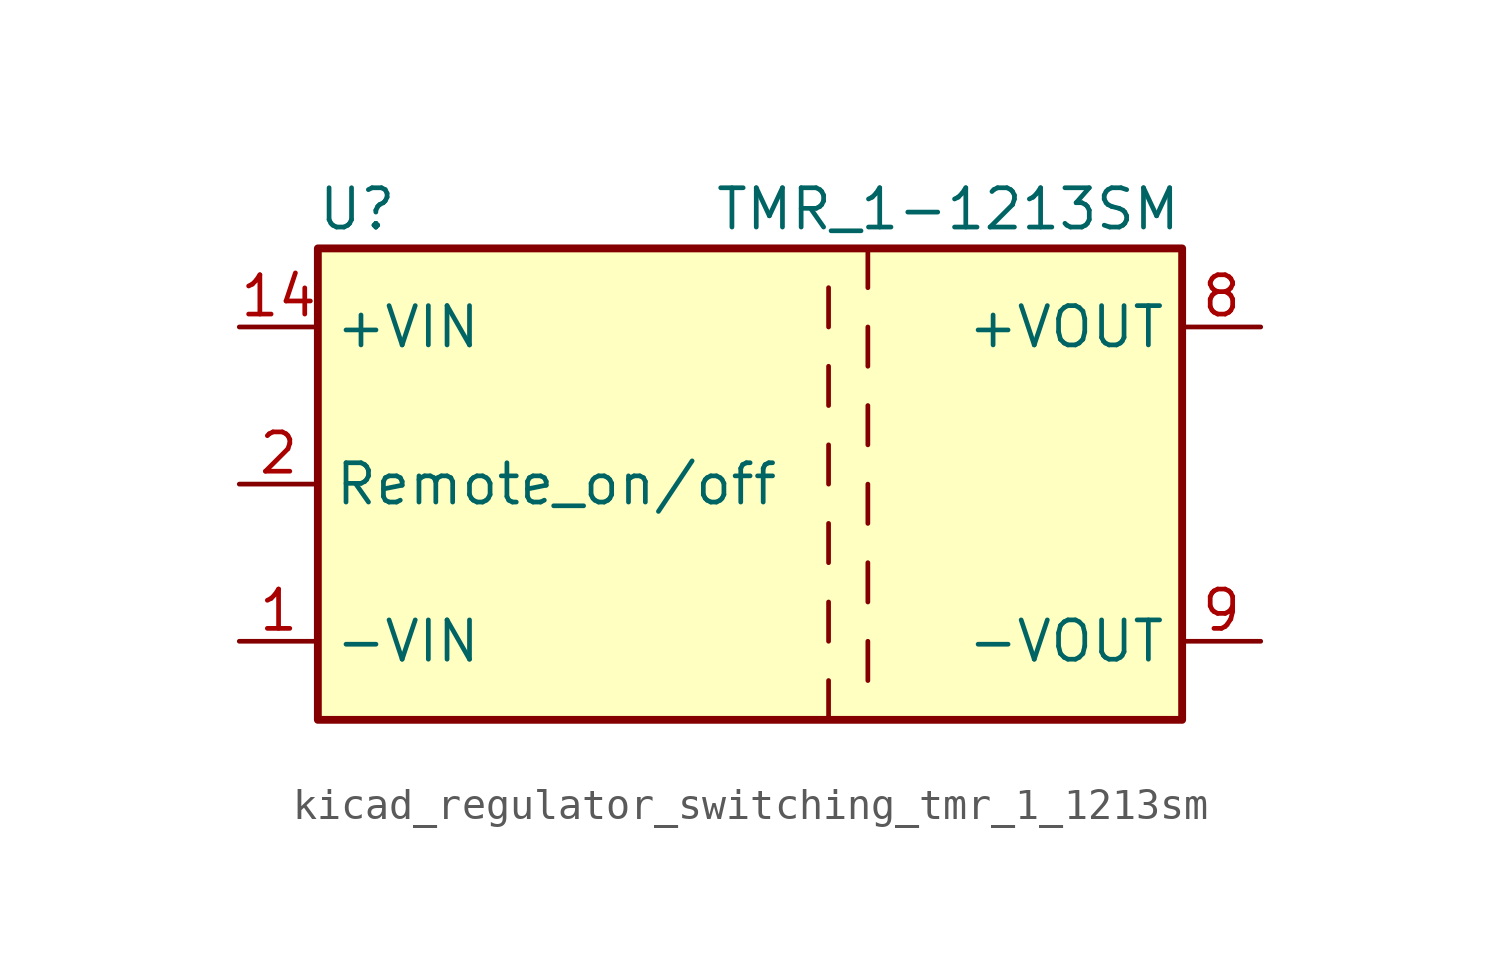
<source format=kicad_sym>
(kicad_symbol_lib
  (version 20220914)
  (generator kicad_symbol_editor)
  (symbol "kicad_regulator_switching_tmr_1_1213sm"
    (property "Reference" "U"
      (at -16.51 8.89 0)
      (effects (font (size 1.27 1.27))))
    (property "Value" "TMR_1-1213SM"
      (at 10.16 8.89 0)
      (effects (font (size 1.27 1.27)) (justify right)))
    (symbol "kicad_regulator_switching_tmr_1_1213sm_0_1"
      (rectangle (start -17.78 7.62) (end 10.16 -7.62) (stroke (width 0.254) (type default)) (fill (type background)))
      (polyline (pts (xy -1.27 -6.35) (xy -1.27 -7.62)) (stroke (width 0) (type default)) (fill (type none)))
      (polyline (pts (xy -1.27 -3.81) (xy -1.27 -5.08)) (stroke (width 0) (type default)) (fill (type none)))
      (polyline (pts (xy -1.27 -1.27) (xy -1.27 -2.54)) (stroke (width 0) (type default)) (fill (type none)))
      (polyline (pts (xy -1.27 1.27) (xy -1.27 0)) (stroke (width 0) (type default)) (fill (type none)))
      (polyline (pts (xy -1.27 3.81) (xy -1.27 2.54)) (stroke (width 0) (type default)) (fill (type none)))
      (polyline (pts (xy -1.27 6.35) (xy -1.27 5.08)) (stroke (width 0) (type default)) (fill (type none)))
      (polyline (pts (xy 0 -5.08) (xy 0 -6.35)) (stroke (width 0) (type default)) (fill (type none)))
      (polyline (pts (xy 0 -2.54) (xy 0 -3.81)) (stroke (width 0) (type default)) (fill (type none)))
      (polyline (pts (xy 0 0) (xy 0 -1.27)) (stroke (width 0) (type default)) (fill (type none)))
      (polyline (pts (xy 0 2.54) (xy 0 1.27)) (stroke (width 0) (type default)) (fill (type none)))
      (polyline (pts (xy 0 5.08) (xy 0 3.81)) (stroke (width 0) (type default)) (fill (type none)))
      (polyline (pts (xy 0 7.62) (xy 0 6.35)) (stroke (width 0) (type default)) (fill (type none))))
    (symbol "kicad_regulator_switching_tmr_1_1213sm_1_1"
      (pin power_in line (at -20.32 -5.08 0) (length 2.54) (name "-VIN" (effects (font (size 1.27 1.27)))) (number "1" (effects (font (size 1.27 1.27)))))
      (pin power_in line (at -20.32 5.08 0) (length 2.54) (name "+VIN" (effects (font (size 1.27 1.27)))) (number "14" (effects (font (size 1.27 1.27)))))
      (pin input line (at -20.32 0 0) (length 2.54) (name "Remote_on/off" (effects (font (size 1.27 1.27)))) (number "2" (effects (font (size 1.27 1.27)))))
      (pin no_connect line (at 10.16 2.54 180) (length 2.54) hide (name "NC" (effects (font (size 1.27 1.27)))) (number "6" (effects (font (size 1.27 1.27)))))
      (pin no_connect line (at 10.16 -2.54 180) (length 2.54) hide (name "NC" (effects (font (size 1.27 1.27)))) (number "7" (effects (font (size 1.27 1.27)))))
      (pin power_out line (at 12.7 5.08 180) (length 2.54) (name "+VOUT" (effects (font (size 1.27 1.27)))) (number "8" (effects (font (size 1.27 1.27)))))
      (pin power_out line (at 12.7 -5.08 180) (length 2.54) (name "-VOUT" (effects (font (size 1.27 1.27)))) (number "9" (effects (font (size 1.27 1.27))))))))
</source>
